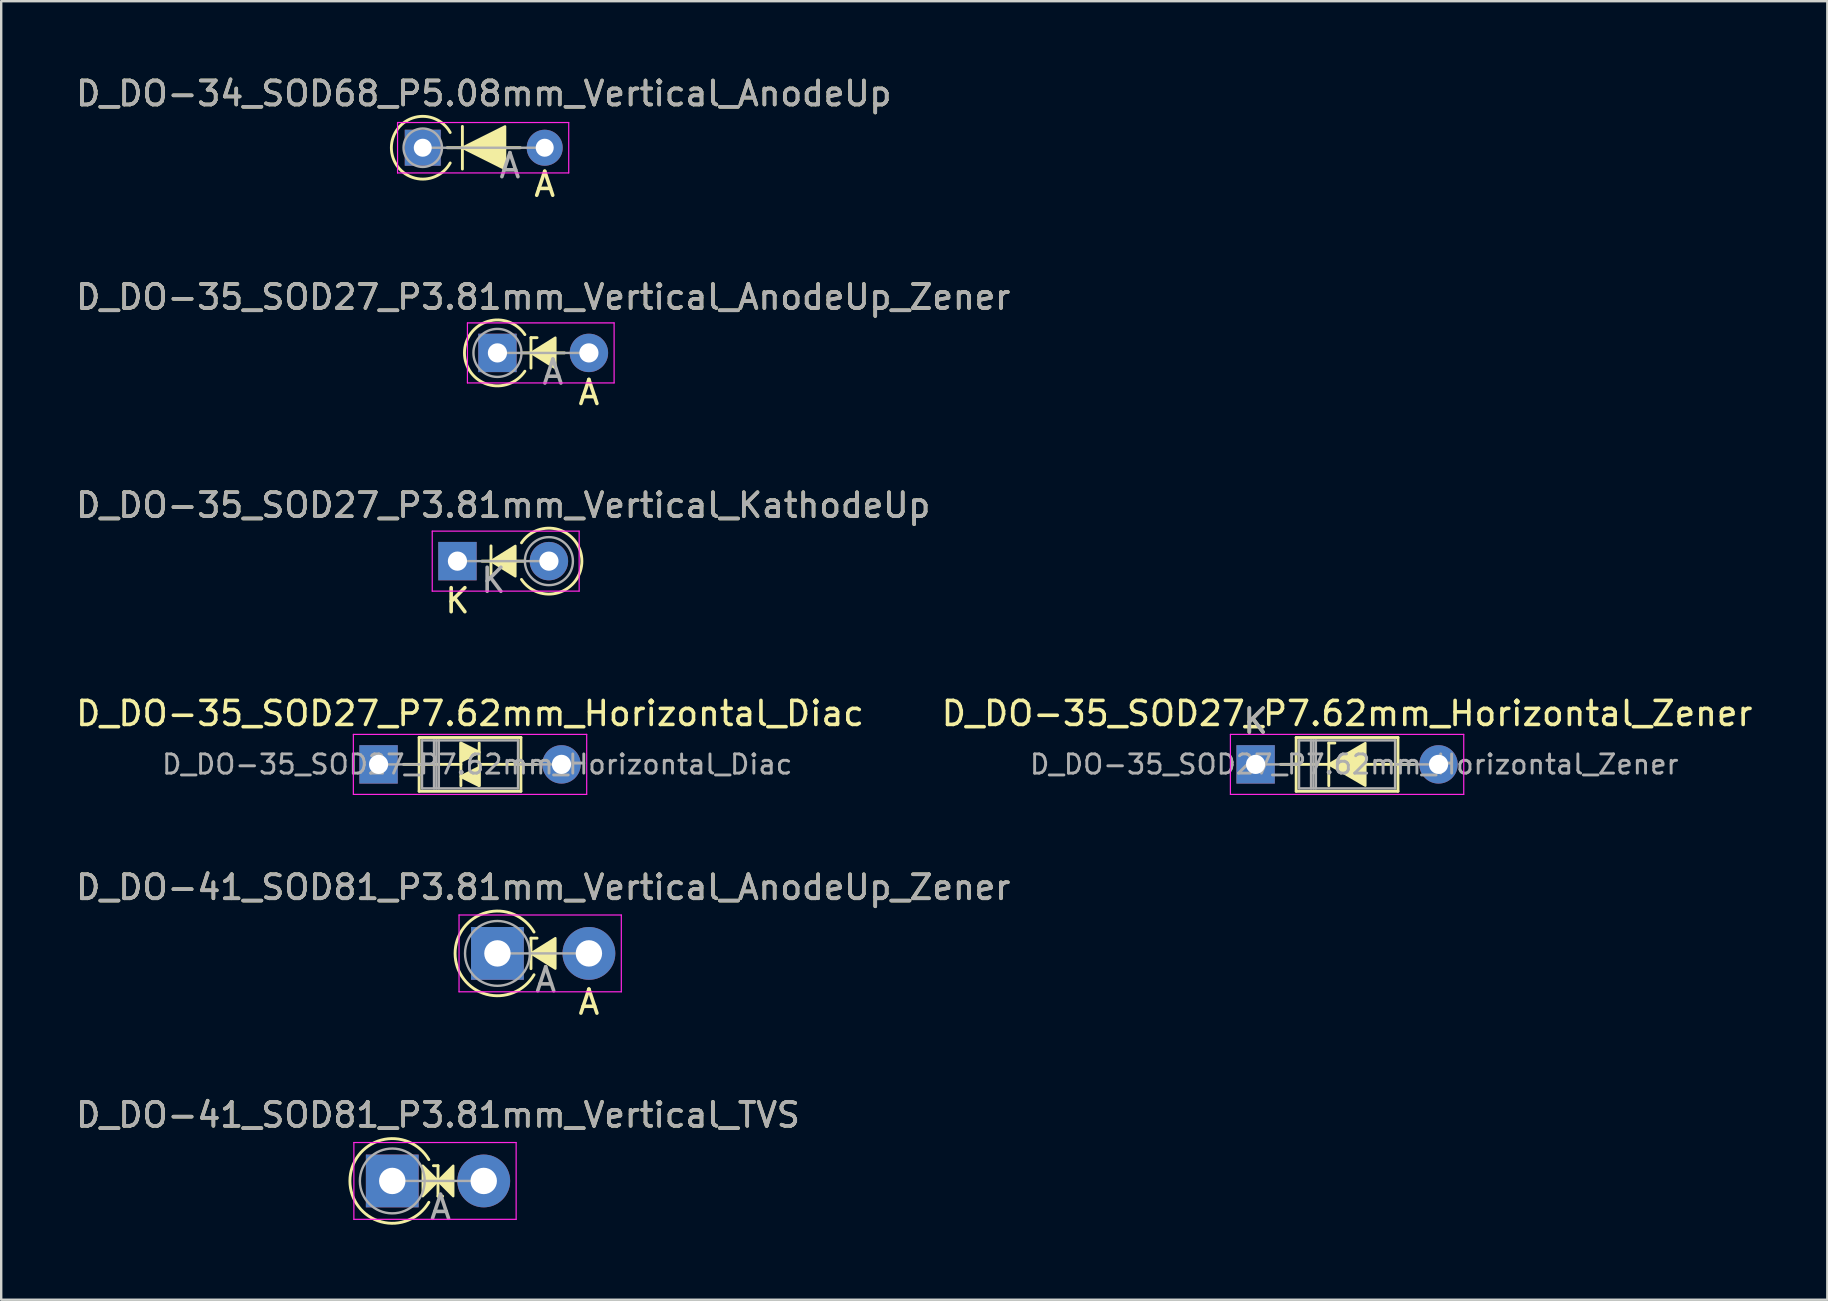
<source format=kicad_pcb>
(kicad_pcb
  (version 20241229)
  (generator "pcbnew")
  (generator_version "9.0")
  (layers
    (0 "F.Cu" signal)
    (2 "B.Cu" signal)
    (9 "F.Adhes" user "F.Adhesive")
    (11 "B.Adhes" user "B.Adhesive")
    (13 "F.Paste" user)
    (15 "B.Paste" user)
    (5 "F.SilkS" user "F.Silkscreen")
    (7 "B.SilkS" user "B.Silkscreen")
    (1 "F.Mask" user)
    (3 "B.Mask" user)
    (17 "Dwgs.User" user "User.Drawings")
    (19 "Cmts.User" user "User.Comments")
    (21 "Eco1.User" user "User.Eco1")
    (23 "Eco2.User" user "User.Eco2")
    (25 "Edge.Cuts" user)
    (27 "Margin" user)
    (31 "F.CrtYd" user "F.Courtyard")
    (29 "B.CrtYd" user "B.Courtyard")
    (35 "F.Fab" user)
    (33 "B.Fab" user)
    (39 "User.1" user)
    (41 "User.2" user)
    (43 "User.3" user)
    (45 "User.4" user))
  (footprint "D_DO-34_SOD68_P5.08mm_Vertical_AnodeUp"
    (layer "F.Cu")
    (at 14.561 3.104)
    (property "Reference" "D_DO-34_SOD68_P5.08mm_Vertical_AnodeUp" (at 2.54 -2.256 0) (layer "F.SilkS") (effects (font (size 1 1) (thickness 0.15))))
    (attr through_hole)
    (fp_line (start 1.651 0.889) (end 1.651 -0.889) (stroke (width 0.12) (type solid)) (layer "F.SilkS"))
    (fp_line (start 4.064 0) (end 1.016 0) (stroke (width 0.12) (type solid)) (layer "F.SilkS"))
    (fp_arc (start 1.142999 0.635) (mid -1.307544 0) (end 1.142999 -0.634999) (stroke (width 0.12) (type solid)) (layer "F.SilkS"))
    (fp_poly (pts (xy 3.429 0.889) (xy 1.651 0) (xy 3.429 -0.889)) (stroke (width 0.1) (type solid)) (fill yes) (layer "F.SilkS"))
    (fp_line (start -1.05 -1.05) (end -1.05 1.05) (stroke (width 0.05) (type solid)) (layer "F.CrtYd"))
    (fp_line (start -1.05 1.05) (end 6.08 1.05) (stroke (width 0.05) (type solid)) (layer "F.CrtYd"))
    (fp_line (start 6.08 -1.05) (end -1.05 -1.05) (stroke (width 0.05) (type solid)) (layer "F.CrtYd"))
    (fp_line (start 6.08 1.05) (end 6.08 -1.05) (stroke (width 0.05) (type solid)) (layer "F.CrtYd"))
    (fp_line (start 0 0) (end 5.08 0) (stroke (width 0.1) (type solid)) (layer "F.Fab"))
    (fp_circle (center 0 0) (end 0.8 0) (stroke (width 0.1) (type solid)) (fill no) (layer "F.Fab"))
    (fp_text user "A" (at 5.08 1.524 0) (layer "F.SilkS") (effects (font (size 1 1) (thickness 0.15))))
    (fp_text user "${REFERENCE}" (at 2.54 -2.256 0) (layer "F.Fab") (effects (font (size 1 1) (thickness 0.15))))
    (fp_text user "A" (at 3.63 0.75 0) (layer "F.Fab") (effects (font (size 1 1) (thickness 0.15))))
    (pad "1" thru_hole rect (at 0 0) (size 1.5 1.5) (drill 0.75) (layers "*.Cu" "*.Mask"))
    (pad "2" thru_hole oval (at 5.08 0) (size 1.5 1.5) (drill 0.75) (layers "*.Cu" "*.Mask")))
  (footprint "D_DO-41_SOD81_P3.81mm_Vertical_TVS"
    (layer "F.Cu")
    (at 13.291 46.145)
    (property "Reference" "D_DO-41_SOD81_P3.81mm_Vertical_TVS" (at 1.905 -2.751 0) (layer "F.SilkS") (effects (font (size 1 1) (thickness 0.15))))
    (attr through_hole)
    (fp_line (start 1.714 -0.635) (end 1.905 -0.635) (stroke (width 0.12) (type solid)) (layer "F.SilkS"))
    (fp_line (start 1.905 -0.635) (end 1.905 0.635) (stroke (width 0.12) (type solid)) (layer "F.SilkS"))
    (fp_line (start 1.905 0.635) (end 2.095 0.635) (stroke (width 0.12) (type solid)) (layer "F.SilkS"))
    (fp_arc (start 1.523999 0.889) (mid -1.76434 0) (end 1.523999 -0.888999) (stroke (width 0.12) (type solid)) (layer "F.SilkS"))
    (fp_poly (pts (xy 1.27 -0.635) (xy 1.905 0) (xy 1.27 0.635)) (stroke (width 0.1) (type solid)) (fill yes) (layer "F.SilkS"))
    (fp_poly (pts (xy 2.54 0.635) (xy 1.905 0) (xy 2.54 -0.635)) (stroke (width 0.1) (type solid)) (fill yes) (layer "F.SilkS"))
    (fp_line (start -1.6 -1.6) (end -1.6 1.6) (stroke (width 0.05) (type solid)) (layer "F.CrtYd"))
    (fp_line (start -1.6 1.6) (end 5.16 1.6) (stroke (width 0.05) (type solid)) (layer "F.CrtYd"))
    (fp_line (start 5.16 -1.6) (end -1.6 -1.6) (stroke (width 0.05) (type solid)) (layer "F.CrtYd"))
    (fp_line (start 5.16 1.6) (end 5.16 -1.6) (stroke (width 0.05) (type solid)) (layer "F.CrtYd"))
    (fp_line (start 0 0) (end 3.81 0) (stroke (width 0.1) (type solid)) (layer "F.Fab"))
    (fp_circle (center 0 0) (end 1.35 0) (stroke (width 0.1) (type solid)) (fill no) (layer "F.Fab"))
    (fp_text user "A" (at 2.01 1.1 0) (layer "F.Fab") (effects (font (size 1 1) (thickness 0.15))))
    (fp_text user "${REFERENCE}" (at 1.905 -2.751 0) (layer "F.Fab") (effects (font (size 1 1) (thickness 0.15))))
    (pad "1" thru_hole rect (at 0 0) (size 2.2 2.2) (drill 1.1) (layers "*.Cu" "*.Mask"))
    (pad "2" thru_hole oval (at 3.81 0) (size 2.2 2.2) (drill 1.1) (layers "*.Cu" "*.Mask")))
  (footprint "D_DO-35_SOD27_P3.81mm_Vertical_KathodeUp"
    (layer "F.Cu")
    (at 16.006 20.325)
    (property "Reference" "D_DO-35_SOD27_P3.81mm_Vertical_KathodeUp" (at 1.905 -2.326 0) (layer "F.SilkS") (effects (font (size 1 1) (thickness 0.15))))
    (fp_line (start 1.397 -0.635) (end 1.397 0.635) (stroke (width 0.12) (type solid)) (layer "F.SilkS"))
    (fp_line (start 2.794 0) (end 1.016 0) (stroke (width 0.12) (type solid)) (layer "F.SilkS"))
    (fp_arc (start 2.667 -0.761998) (mid 5.183713 0.000001) (end 2.667 0.762) (stroke (width 0.12) (type solid)) (layer "F.SilkS"))
    (fp_poly (pts (xy 2.413 0.635) (xy 1.397 0) (xy 2.413 -0.635)) (stroke (width 0.1) (type solid)) (fill yes) (layer "F.SilkS"))
    (fp_line (start -1.05 -1.25) (end -1.05 1.25) (stroke (width 0.05) (type solid)) (layer "F.CrtYd"))
    (fp_line (start -1.05 1.25) (end 5.07 1.25) (stroke (width 0.05) (type solid)) (layer "F.CrtYd"))
    (fp_line (start 5.07 -1.25) (end -1.05 -1.25) (stroke (width 0.05) (type solid)) (layer "F.CrtYd"))
    (fp_line (start 5.07 1.25) (end 5.07 -1.25) (stroke (width 0.05) (type solid)) (layer "F.CrtYd"))
    (fp_line (start 0 0) (end 3.81 0) (stroke (width 0.1) (type solid)) (layer "F.Fab"))
    (fp_circle (center 3.81 0) (end 4.81 0) (stroke (width 0.1) (type solid)) (fill no) (layer "F.Fab"))
    (fp_text user "K" (at 0 1.651 0) (layer "F.SilkS") (effects (font (size 1 1) (thickness 0.15))))
    (fp_text user "${REFERENCE}" (at 1.905 -2.326 0) (layer "F.Fab") (effects (font (size 1 1) (thickness 0.15))))
    (fp_text user "K" (at 1.5 0.8 0) (layer "F.Fab") (effects (font (size 1 1) (thickness 0.15))))
    (pad "1" thru_hole rect (at 0 0) (size 1.6 1.6) (drill 0.8) (layers "*.Cu" "*.Mask"))
    (pad "2" thru_hole oval (at 3.81 0) (size 1.6 1.6) (drill 0.8) (layers "*.Cu" "*.Mask")))
  (footprint "D_DO-35_SOD27_P3.81mm_Vertical_AnodeUp_Zener"
    (layer "F.Cu")
    (at 17.672 11.651)
    (property "Reference" "D_DO-35_SOD27_P3.81mm_Vertical_AnodeUp_Zener" (at 1.905 -2.326 0) (layer "F.SilkS") (effects (font (size 1 1) (thickness 0.15))))
    (attr through_hole)
    (fp_line (start 1.397 -0.635) (end 1.397 0.635) (stroke (width 0.12) (type solid)) (layer "F.SilkS"))
    (fp_line (start 1.397 -0.635) (end 1.651 -0.635) (stroke (width 0.12) (type solid)) (layer "F.SilkS"))
    (fp_line (start 2.794 0) (end 1.016 0) (stroke (width 0.12) (type solid)) (layer "F.SilkS"))
    (fp_arc (start 1.142999 0.761999) (mid -1.373714 0) (end 1.142999 -0.761999) (stroke (width 0.12) (type solid)) (layer "F.SilkS"))
    (fp_poly (pts (xy 2.413 0.635) (xy 1.397 0) (xy 2.413 -0.635)) (stroke (width 0.1) (type solid)) (fill yes) (layer "F.SilkS"))
    (fp_line (start -1.25 -1.25) (end -1.25 1.25) (stroke (width 0.05) (type solid)) (layer "F.CrtYd"))
    (fp_line (start -1.25 1.25) (end 4.86 1.25) (stroke (width 0.05) (type solid)) (layer "F.CrtYd"))
    (fp_line (start 4.86 -1.25) (end -1.25 -1.25) (stroke (width 0.05) (type solid)) (layer "F.CrtYd"))
    (fp_line (start 4.86 1.25) (end 4.86 -1.25) (stroke (width 0.05) (type solid)) (layer "F.CrtYd"))
    (fp_line (start 0 0) (end 3.81 0) (stroke (width 0.1) (type solid)) (layer "F.Fab"))
    (fp_circle (center 0 0) (end 1 0) (stroke (width 0.1) (type solid)) (fill no) (layer "F.Fab"))
    (fp_text user "A" (at 3.81 1.651 0) (layer "F.SilkS") (effects (font (size 1 1) (thickness 0.15))))
    (fp_text user "${REFERENCE}" (at 1.905 -2.326 0) (layer "F.Fab") (effects (font (size 1 1) (thickness 0.15))))
    (fp_text user "A" (at 2.31 0.8 0) (layer "F.Fab") (effects (font (size 1 1) (thickness 0.15))))
    (pad "1" thru_hole rect (at 0 0) (size 1.6 1.6) (drill 0.8) (layers "*.Cu" "*.Mask"))
    (pad "2" thru_hole oval (at 3.81 0) (size 1.6 1.6) (drill 0.8) (layers "*.Cu" "*.Mask")))
  (footprint "D_DO-35_SOD27_P7.62mm_Horizontal_Zener"
    (layer "F.Cu")
    (at 49.255 28.792)
    (property "Reference" "D_DO-35_SOD27_P7.62mm_Horizontal_Zener" (at 3.81 -2.12 0) (layer "F.SilkS") (effects (font (size 1 1) (thickness 0.15))))
    (attr through_hole)
    (fp_line (start 1.04 0) (end 1.69 0) (stroke (width 0.12) (type solid)) (layer "F.SilkS"))
    (fp_line (start 1.651 0) (end 3.048 0) (stroke (width 0.12) (type solid)) (layer "F.SilkS"))
    (fp_line (start 1.69 -1.12) (end 1.69 1.12) (stroke (width 0.12) (type solid)) (layer "F.SilkS"))
    (fp_line (start 1.69 1.12) (end 5.93 1.12) (stroke (width 0.12) (type solid)) (layer "F.SilkS"))
    (fp_line (start 3.048 -0.889) (end 3.048 0.889) (stroke (width 0.12) (type solid)) (layer "F.SilkS"))
    (fp_line (start 3.048 -0.889) (end 3.302 -0.889) (stroke (width 0.12) (type solid)) (layer "F.SilkS"))
    (fp_line (start 5.93 -1.12) (end 1.69 -1.12) (stroke (width 0.12) (type solid)) (layer "F.SilkS"))
    (fp_line (start 5.93 0) (end 4.636 0) (stroke (width 0.12) (type solid)) (layer "F.SilkS"))
    (fp_line (start 5.93 1.12) (end 5.93 -1.12) (stroke (width 0.12) (type solid)) (layer "F.SilkS"))
    (fp_line (start 6.58 0) (end 5.93 0) (stroke (width 0.12) (type solid)) (layer "F.SilkS"))
    (fp_poly (pts (xy 4.572 0.889) (xy 3.048 0) (xy 4.572 -0.889)) (stroke (width 0.1) (type solid)) (fill yes) (layer "F.SilkS"))
    (fp_line (start -1.05 -1.25) (end -1.05 1.25) (stroke (width 0.05) (type solid)) (layer "F.CrtYd"))
    (fp_line (start -1.05 1.25) (end 8.67 1.25) (stroke (width 0.05) (type solid)) (layer "F.CrtYd"))
    (fp_line (start 8.67 -1.25) (end -1.05 -1.25) (stroke (width 0.05) (type solid)) (layer "F.CrtYd"))
    (fp_line (start 8.67 1.25) (end 8.67 -1.25) (stroke (width 0.05) (type solid)) (layer "F.CrtYd"))
    (fp_line (start 0 0) (end 1.81 0) (stroke (width 0.1) (type solid)) (layer "F.Fab"))
    (fp_line (start 1.81 -1) (end 1.81 1) (stroke (width 0.1) (type solid)) (layer "F.Fab"))
    (fp_line (start 1.81 1) (end 5.81 1) (stroke (width 0.1) (type solid)) (layer "F.Fab"))
    (fp_line (start 2.31 -1) (end 2.31 1) (stroke (width 0.1) (type solid)) (layer "F.Fab"))
    (fp_line (start 2.41 -1) (end 2.41 1) (stroke (width 0.1) (type solid)) (layer "F.Fab"))
    (fp_line (start 2.51 -1) (end 2.51 1) (stroke (width 0.1) (type solid)) (layer "F.Fab"))
    (fp_line (start 5.81 -1) (end 1.81 -1) (stroke (width 0.1) (type solid)) (layer "F.Fab"))
    (fp_line (start 5.81 1) (end 5.81 -1) (stroke (width 0.1) (type solid)) (layer "F.Fab"))
    (fp_line (start 7.62 0) (end 5.81 0) (stroke (width 0.1) (type solid)) (layer "F.Fab"))
    (fp_text user "K" (at 0 -1.8 0) (layer "F.SilkS") (effects (font (size 1 1) (thickness 0.15))))
    (fp_text user "${REFERENCE}" (at 4.11 0 0) (layer "F.Fab") (effects (font (size 0.8 0.8) (thickness 0.12))))
    (fp_text user "K" (at 0 -1.8 0) (layer "F.Fab") (effects (font (size 1 1) (thickness 0.15))))
    (pad "1" thru_hole rect (at 0 0) (size 1.6 1.6) (drill 0.8) (layers "*.Cu" "*.Mask"))
    (pad "2" thru_hole oval (at 7.62 0) (size 1.6 1.6) (drill 0.8) (layers "*.Cu" "*.Mask")))
  (footprint "D_DO-41_SOD81_P3.81mm_Vertical_AnodeUp_Zener"
    (layer "F.Cu")
    (at 17.672 36.666)
    (property "Reference" "D_DO-41_SOD81_P3.81mm_Vertical_AnodeUp_Zener" (at 1.905 -2.751 0) (layer "F.SilkS") (effects (font (size 1 1) (thickness 0.15))))
    (attr through_hole)
    (fp_line (start 1.397 -0.635) (end 1.397 0.635) (stroke (width 0.12) (type solid)) (layer "F.SilkS"))
    (fp_line (start 1.397 -0.635) (end 1.651 -0.635) (stroke (width 0.12) (type solid)) (layer "F.SilkS"))
    (fp_arc (start 1.523999 0.889) (mid -1.76434 0) (end 1.523999 -0.888999) (stroke (width 0.12) (type solid)) (layer "F.SilkS"))
    (fp_poly (pts (xy 2.413 0.635) (xy 1.397 0) (xy 2.413 -0.635)) (stroke (width 0.1) (type solid)) (fill yes) (layer "F.SilkS"))
    (fp_line (start -1.6 -1.6) (end -1.6 1.6) (stroke (width 0.05) (type solid)) (layer "F.CrtYd"))
    (fp_line (start -1.6 1.6) (end 5.16 1.6) (stroke (width 0.05) (type solid)) (layer "F.CrtYd"))
    (fp_line (start 5.16 -1.6) (end -1.6 -1.6) (stroke (width 0.05) (type solid)) (layer "F.CrtYd"))
    (fp_line (start 5.16 1.6) (end 5.16 -1.6) (stroke (width 0.05) (type solid)) (layer "F.CrtYd"))
    (fp_line (start 0 0) (end 3.81 0) (stroke (width 0.1) (type solid)) (layer "F.Fab"))
    (fp_circle (center 0 0) (end 1.35 0) (stroke (width 0.1) (type solid)) (fill no) (layer "F.Fab"))
    (fp_text user "A" (at 3.81 2.032 0) (layer "F.SilkS") (effects (font (size 1 1) (thickness 0.15))))
    (fp_text user "A" (at 2.01 1.1 0) (layer "F.Fab") (effects (font (size 1 1) (thickness 0.15))))
    (fp_text user "${REFERENCE}" (at 1.905 -2.751 0) (layer "F.Fab") (effects (font (size 1 1) (thickness 0.15))))
    (pad "1" thru_hole rect (at 0 0) (size 2.2 2.2) (drill 1.1) (layers "*.Cu" "*.Mask"))
    (pad "2" thru_hole oval (at 3.81 0) (size 2.2 2.2) (drill 1.1) (layers "*.Cu" "*.Mask")))
  (footprint "D_DO-35_SOD27_P7.62mm_Horizontal_Diac"
    (layer "F.Cu")
    (at 12.72 28.792)
    (property "Reference" "D_DO-35_SOD27_P7.62mm_Horizontal_Diac" (at 3.81 -2.12 0) (layer "F.SilkS") (effects (font (size 1 1) (thickness 0.15))))
    (fp_line (start 1.04 0) (end 1.69 0) (stroke (width 0.12) (type solid)) (layer "F.SilkS"))
    (fp_line (start 1.651 0) (end 3.429 0) (stroke (width 0.12) (type solid)) (layer "F.SilkS"))
    (fp_line (start 1.69 -1.12) (end 1.69 1.12) (stroke (width 0.12) (type solid)) (layer "F.SilkS"))
    (fp_line (start 1.69 1.12) (end 5.93 1.12) (stroke (width 0.12) (type solid)) (layer "F.SilkS"))
    (fp_line (start 3.429 -0.889) (end 3.429 0.889) (stroke (width 0.12) (type solid)) (layer "F.SilkS"))
    (fp_line (start 4.191 -0.889) (end 4.191 0.889) (stroke (width 0.12) (type solid)) (layer "F.SilkS"))
    (fp_line (start 5.93 -1.12) (end 1.69 -1.12) (stroke (width 0.12) (type solid)) (layer "F.SilkS"))
    (fp_line (start 5.93 0) (end 4.191 0) (stroke (width 0.12) (type solid)) (layer "F.SilkS"))
    (fp_line (start 5.93 1.12) (end 5.93 -1.12) (stroke (width 0.12) (type solid)) (layer "F.SilkS"))
    (fp_line (start 6.58 0) (end 5.93 0) (stroke (width 0.12) (type solid)) (layer "F.SilkS"))
    (fp_poly (pts (xy 4.191 -0.508) (xy 3.429 -0.127) (xy 3.429 -0.889)) (stroke (width 0.12) (type solid)) (fill yes) (layer "F.SilkS"))
    (fp_poly (pts (xy 4.191 0.889) (xy 3.429 0.508) (xy 4.191 0.127)) (stroke (width 0.12) (type solid)) (fill yes) (layer "F.SilkS"))
    (fp_line (start -1.05 -1.25) (end -1.05 1.25) (stroke (width 0.05) (type solid)) (layer "F.CrtYd"))
    (fp_line (start -1.05 1.25) (end 8.67 1.25) (stroke (width 0.05) (type solid)) (layer "F.CrtYd"))
    (fp_line (start 8.67 -1.25) (end -1.05 -1.25) (stroke (width 0.05) (type solid)) (layer "F.CrtYd"))
    (fp_line (start 8.67 1.25) (end 8.67 -1.25) (stroke (width 0.05) (type solid)) (layer "F.CrtYd"))
    (fp_line (start 0 0) (end 1.81 0) (stroke (width 0.1) (type solid)) (layer "F.Fab"))
    (fp_line (start 1.81 -1) (end 1.81 1) (stroke (width 0.1) (type solid)) (layer "F.Fab"))
    (fp_line (start 1.81 1) (end 5.81 1) (stroke (width 0.1) (type solid)) (layer "F.Fab"))
    (fp_line (start 2.31 -1) (end 2.31 1) (stroke (width 0.1) (type solid)) (layer "F.Fab"))
    (fp_line (start 2.41 -1) (end 2.41 1) (stroke (width 0.1) (type solid)) (layer "F.Fab"))
    (fp_line (start 2.51 -1) (end 2.51 1) (stroke (width 0.1) (type solid)) (layer "F.Fab"))
    (fp_line (start 5.81 -1) (end 1.81 -1) (stroke (width 0.1) (type solid)) (layer "F.Fab"))
    (fp_line (start 5.81 1) (end 5.81 -1) (stroke (width 0.1) (type solid)) (layer "F.Fab"))
    (fp_line (start 7.62 0) (end 5.81 0) (stroke (width 0.1) (type solid)) (layer "F.Fab"))
    (fp_text user "${REFERENCE}" (at 4.11 0 0) (layer "F.Fab") (effects (font (size 0.8 0.8) (thickness 0.12))))
    (pad "1" thru_hole rect (at 0 0) (size 1.6 1.6) (drill 0.8) (layers "*.Cu" "*.Mask"))
    (pad "2" thru_hole oval (at 7.62 0) (size 1.6 1.6) (drill 0.8) (layers "*.Cu" "*.Mask")))
  (gr_rect
    (start -3 -3)
    (end 73.071 51.093)
    (stroke (width 0.1) (type default))
    (fill no)
    (layer "Edge.Cuts")))
</source>
